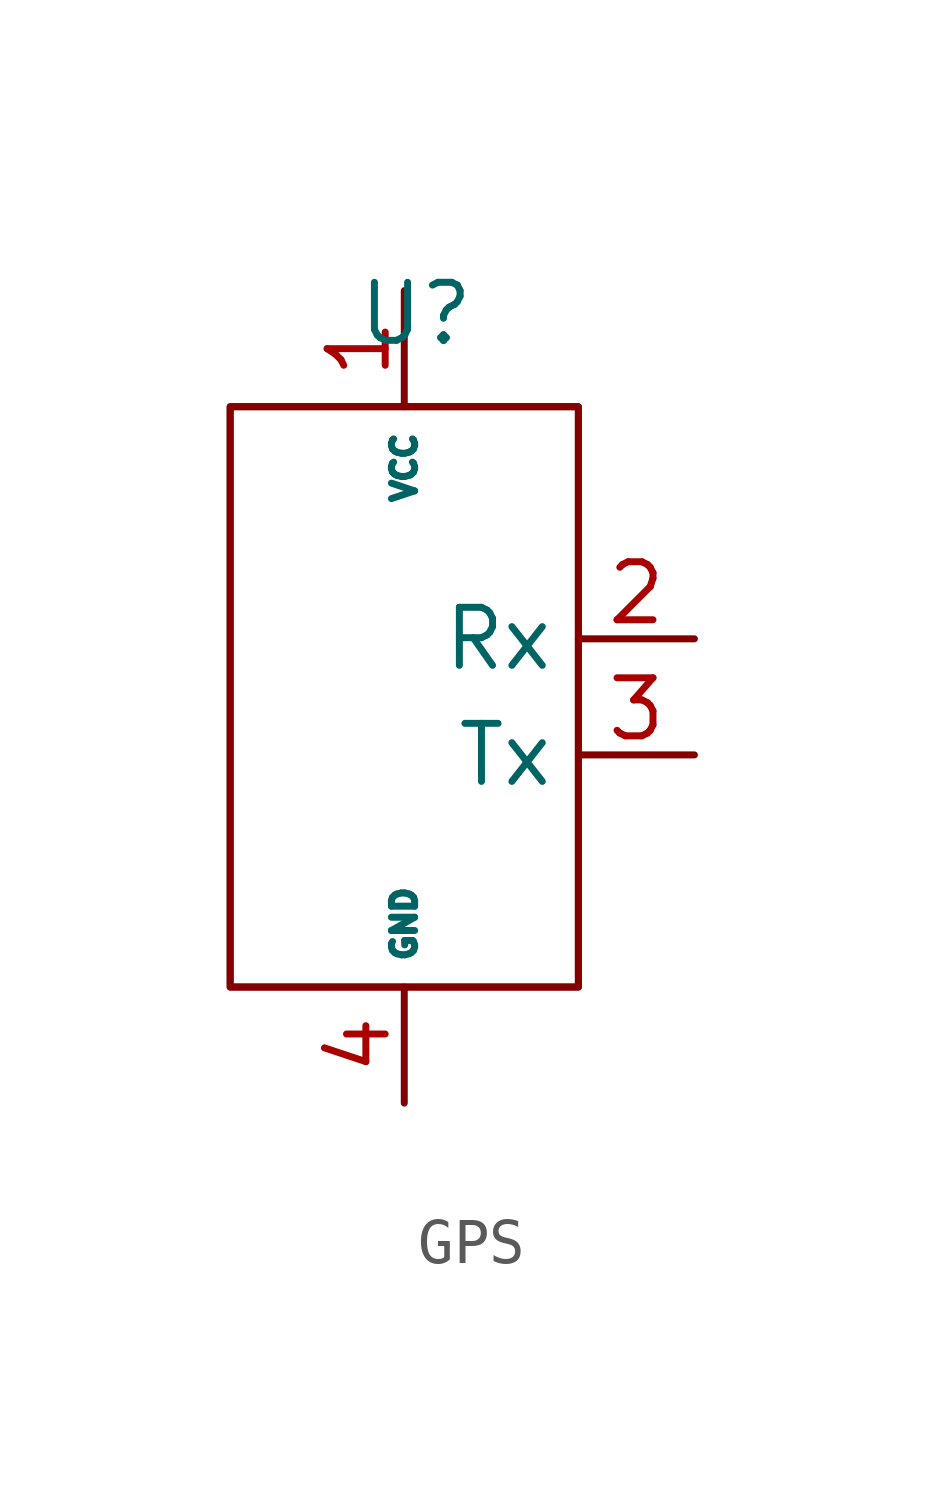
<source format=kicad_sym>
(kicad_symbol_lib
  (version 20231120)
  (generator "kicad_symbol_editor")
  (generator_version "8.0")
  (symbol "GPS"
    (property "Reference" "U"
      (at 0.254 4.572 0)
      (effects (font (size 1.27 1.27))))
    (property "Value" ""
      (at 0 0 0)
      (effects (font (size 1.27 1.27))))
    (symbol "GPS_0_1"
      (rectangle (start -3.81 2.54) (end 3.81 -10.16) (stroke (width 0) (type default)) (fill (type none)))
      (rectangle (start -3.81 2.54) (end 3.81 -10.16) (stroke (width 0) (type default)) (fill (type none))))
    (symbol "GPS_1_1"
      (pin power_in line (at 0 5.08 270) (length 2.54) (name "VCC" (effects (font (size 0.508 0.508)))) (number "1" (effects (font (size 1.27 1.27)))))
      (pin bidirectional line (at 6.35 -2.54 180) (length 2.54) (name "Rx" (effects (font (size 1.27 1.27)))) (number "2" (effects (font (size 1.27 1.27)))))
      (pin input line (at 6.35 -5.08 180) (length 2.54) (name "Tx" (effects (font (size 1.27 1.27)))) (number "3" (effects (font (size 1.27 1.27)))))
      (pin power_in line (at 0 -12.7 90) (length 2.54) (name "GND" (effects (font (size 0.508 0.508)))) (number "4" (effects (font (size 1.27 1.27))))))))
</source>
